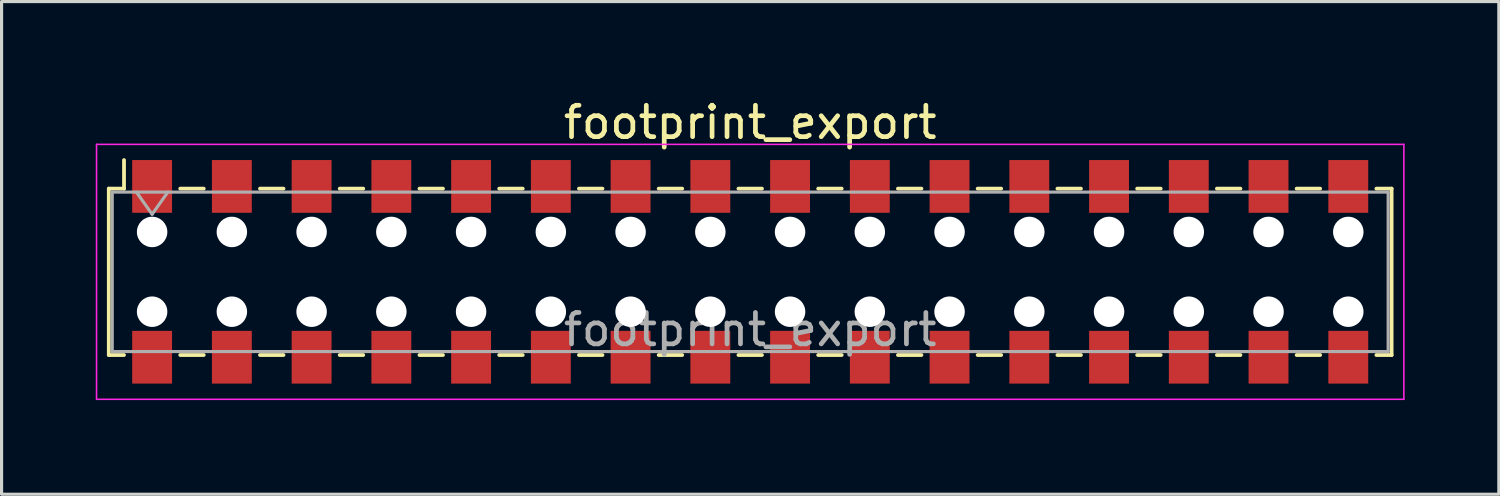
<source format=kicad_pcb>
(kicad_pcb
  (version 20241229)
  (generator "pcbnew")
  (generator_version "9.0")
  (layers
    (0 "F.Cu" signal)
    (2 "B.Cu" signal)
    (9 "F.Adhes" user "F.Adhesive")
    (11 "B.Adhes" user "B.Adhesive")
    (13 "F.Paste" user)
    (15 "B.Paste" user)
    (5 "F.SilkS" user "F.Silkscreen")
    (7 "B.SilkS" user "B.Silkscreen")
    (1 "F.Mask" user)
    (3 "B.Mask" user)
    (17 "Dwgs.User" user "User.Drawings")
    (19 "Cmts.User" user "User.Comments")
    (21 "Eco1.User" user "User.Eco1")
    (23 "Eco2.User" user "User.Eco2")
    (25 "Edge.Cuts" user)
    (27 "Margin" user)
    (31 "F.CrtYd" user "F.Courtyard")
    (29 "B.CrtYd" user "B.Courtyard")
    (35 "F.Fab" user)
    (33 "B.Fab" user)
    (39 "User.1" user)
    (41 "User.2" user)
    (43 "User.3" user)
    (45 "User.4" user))
  (footprint "footprint_export"
    (layer "F.Cu")
    (at 20.845 5.608)
    (property "Reference" "footprint_export" (at 0 -4.76 0) (layer "F.SilkS") (effects (font (size 1 1) (thickness 0.15))))
    (attr smd)
    (fp_line (start -20.43 -2.65) (end -20.43 2.65) (stroke (width 0.12) (type solid)) (layer "F.SilkS"))
    (fp_line (start -20.43 2.65) (end -19.945 2.65) (stroke (width 0.12) (type solid)) (layer "F.SilkS"))
    (fp_line (start -19.945 -3.56) (end -19.945 -2.65) (stroke (width 0.12) (type solid)) (layer "F.SilkS"))
    (fp_line (start -19.945 -2.65) (end -20.43 -2.65) (stroke (width 0.12) (type solid)) (layer "F.SilkS"))
    (fp_line (start -18.155 -2.65) (end -17.405 -2.65) (stroke (width 0.12) (type solid)) (layer "F.SilkS"))
    (fp_line (start -18.155 2.65) (end -17.405 2.65) (stroke (width 0.12) (type solid)) (layer "F.SilkS"))
    (fp_line (start -15.615 -2.65) (end -14.865 -2.65) (stroke (width 0.12) (type solid)) (layer "F.SilkS"))
    (fp_line (start -15.615 2.65) (end -14.865 2.65) (stroke (width 0.12) (type solid)) (layer "F.SilkS"))
    (fp_line (start -13.075 -2.65) (end -12.325 -2.65) (stroke (width 0.12) (type solid)) (layer "F.SilkS"))
    (fp_line (start -13.075 2.65) (end -12.325 2.65) (stroke (width 0.12) (type solid)) (layer "F.SilkS"))
    (fp_line (start -10.535 -2.65) (end -9.785 -2.65) (stroke (width 0.12) (type solid)) (layer "F.SilkS"))
    (fp_line (start -10.535 2.65) (end -9.785 2.65) (stroke (width 0.12) (type solid)) (layer "F.SilkS"))
    (fp_line (start -7.995 -2.65) (end -7.245 -2.65) (stroke (width 0.12) (type solid)) (layer "F.SilkS"))
    (fp_line (start -7.995 2.65) (end -7.245 2.65) (stroke (width 0.12) (type solid)) (layer "F.SilkS"))
    (fp_line (start -5.455 -2.65) (end -4.705 -2.65) (stroke (width 0.12) (type solid)) (layer "F.SilkS"))
    (fp_line (start -5.455 2.65) (end -4.705 2.65) (stroke (width 0.12) (type solid)) (layer "F.SilkS"))
    (fp_line (start -2.915 -2.65) (end -2.165 -2.65) (stroke (width 0.12) (type solid)) (layer "F.SilkS"))
    (fp_line (start -2.915 2.65) (end -2.165 2.65) (stroke (width 0.12) (type solid)) (layer "F.SilkS"))
    (fp_line (start -0.375 -2.65) (end 0.375 -2.65) (stroke (width 0.12) (type solid)) (layer "F.SilkS"))
    (fp_line (start -0.375 2.65) (end 0.375 2.65) (stroke (width 0.12) (type solid)) (layer "F.SilkS"))
    (fp_line (start 2.165 -2.65) (end 2.915 -2.65) (stroke (width 0.12) (type solid)) (layer "F.SilkS"))
    (fp_line (start 2.165 2.65) (end 2.915 2.65) (stroke (width 0.12) (type solid)) (layer "F.SilkS"))
    (fp_line (start 4.705 -2.65) (end 5.455 -2.65) (stroke (width 0.12) (type solid)) (layer "F.SilkS"))
    (fp_line (start 4.705 2.65) (end 5.455 2.65) (stroke (width 0.12) (type solid)) (layer "F.SilkS"))
    (fp_line (start 7.245 -2.65) (end 7.995 -2.65) (stroke (width 0.12) (type solid)) (layer "F.SilkS"))
    (fp_line (start 7.245 2.65) (end 7.995 2.65) (stroke (width 0.12) (type solid)) (layer "F.SilkS"))
    (fp_line (start 9.785 -2.65) (end 10.535 -2.65) (stroke (width 0.12) (type solid)) (layer "F.SilkS"))
    (fp_line (start 9.785 2.65) (end 10.535 2.65) (stroke (width 0.12) (type solid)) (layer "F.SilkS"))
    (fp_line (start 12.325 -2.65) (end 13.075 -2.65) (stroke (width 0.12) (type solid)) (layer "F.SilkS"))
    (fp_line (start 12.325 2.65) (end 13.075 2.65) (stroke (width 0.12) (type solid)) (layer "F.SilkS"))
    (fp_line (start 14.865 -2.65) (end 15.615 -2.65) (stroke (width 0.12) (type solid)) (layer "F.SilkS"))
    (fp_line (start 14.865 2.65) (end 15.615 2.65) (stroke (width 0.12) (type solid)) (layer "F.SilkS"))
    (fp_line (start 17.405 -2.65) (end 18.155 -2.65) (stroke (width 0.12) (type solid)) (layer "F.SilkS"))
    (fp_line (start 17.405 2.65) (end 18.155 2.65) (stroke (width 0.12) (type solid)) (layer "F.SilkS"))
    (fp_line (start 19.945 -2.65) (end 20.43 -2.65) (stroke (width 0.12) (type solid)) (layer "F.SilkS"))
    (fp_line (start 20.43 -2.65) (end 20.43 2.65) (stroke (width 0.12) (type solid)) (layer "F.SilkS"))
    (fp_line (start 20.43 2.65) (end 19.945 2.65) (stroke (width 0.12) (type solid)) (layer "F.SilkS"))
    (fp_line (start -20.82 -4.06) (end 20.82 -4.06) (stroke (width 0.05) (type solid)) (layer "F.CrtYd"))
    (fp_line (start -20.82 4.06) (end -20.82 -4.06) (stroke (width 0.05) (type solid)) (layer "F.CrtYd"))
    (fp_line (start 20.82 -4.06) (end 20.82 4.06) (stroke (width 0.05) (type solid)) (layer "F.CrtYd"))
    (fp_line (start 20.82 4.06) (end -20.82 4.06) (stroke (width 0.05) (type solid)) (layer "F.CrtYd"))
    (fp_line (start -20.32 -2.54) (end 20.32 -2.54) (stroke (width 0.1) (type solid)) (layer "F.Fab"))
    (fp_line (start -20.32 2.54) (end -20.32 -2.54) (stroke (width 0.1) (type solid)) (layer "F.Fab"))
    (fp_line (start -19.55 -2.54) (end -19.05 -1.833) (stroke (width 0.1) (type solid)) (layer "F.Fab"))
    (fp_line (start -19.05 -1.833) (end -18.55 -2.54) (stroke (width 0.1) (type solid)) (layer "F.Fab"))
    (fp_line (start 20.32 -2.54) (end 20.32 2.54) (stroke (width 0.1) (type solid)) (layer "F.Fab"))
    (fp_line (start 20.32 2.54) (end -20.32 2.54) (stroke (width 0.1) (type solid)) (layer "F.Fab"))
    (fp_text user "${REFERENCE}" (at 0 1.84 0) (layer "F.Fab") (effects (font (size 1 1) (thickness 0.15))))
    (pad "" np_thru_hole circle (at -19.05 -1.27) (size 0.97 0.97) (drill 0.97) (layers "*.Cu" "*.Mask"))
    (pad "" np_thru_hole circle (at -19.05 1.27) (size 0.97 0.97) (drill 0.97) (layers "*.Cu" "*.Mask"))
    (pad "" np_thru_hole circle (at -16.51 -1.27) (size 0.97 0.97) (drill 0.97) (layers "*.Cu" "*.Mask"))
    (pad "" np_thru_hole circle (at -16.51 1.27) (size 0.97 0.97) (drill 0.97) (layers "*.Cu" "*.Mask"))
    (pad "" np_thru_hole circle (at -13.97 -1.27) (size 0.97 0.97) (drill 0.97) (layers "*.Cu" "*.Mask"))
    (pad "" np_thru_hole circle (at -13.97 1.27) (size 0.97 0.97) (drill 0.97) (layers "*.Cu" "*.Mask"))
    (pad "" np_thru_hole circle (at -11.43 -1.27) (size 0.97 0.97) (drill 0.97) (layers "*.Cu" "*.Mask"))
    (pad "" np_thru_hole circle (at -11.43 1.27) (size 0.97 0.97) (drill 0.97) (layers "*.Cu" "*.Mask"))
    (pad "" np_thru_hole circle (at -8.89 -1.27) (size 0.97 0.97) (drill 0.97) (layers "*.Cu" "*.Mask"))
    (pad "" np_thru_hole circle (at -8.89 1.27) (size 0.97 0.97) (drill 0.97) (layers "*.Cu" "*.Mask"))
    (pad "" np_thru_hole circle (at -6.35 -1.27) (size 0.97 0.97) (drill 0.97) (layers "*.Cu" "*.Mask"))
    (pad "" np_thru_hole circle (at -6.35 1.27) (size 0.97 0.97) (drill 0.97) (layers "*.Cu" "*.Mask"))
    (pad "" np_thru_hole circle (at -3.81 -1.27) (size 0.97 0.97) (drill 0.97) (layers "*.Cu" "*.Mask"))
    (pad "" np_thru_hole circle (at -3.81 1.27) (size 0.97 0.97) (drill 0.97) (layers "*.Cu" "*.Mask"))
    (pad "" np_thru_hole circle (at -1.27 -1.27) (size 0.97 0.97) (drill 0.97) (layers "*.Cu" "*.Mask"))
    (pad "" np_thru_hole circle (at -1.27 1.27) (size 0.97 0.97) (drill 0.97) (layers "*.Cu" "*.Mask"))
    (pad "" np_thru_hole circle (at 1.27 -1.27) (size 0.97 0.97) (drill 0.97) (layers "*.Cu" "*.Mask"))
    (pad "" np_thru_hole circle (at 1.27 1.27) (size 0.97 0.97) (drill 0.97) (layers "*.Cu" "*.Mask"))
    (pad "" np_thru_hole circle (at 3.81 -1.27) (size 0.97 0.97) (drill 0.97) (layers "*.Cu" "*.Mask"))
    (pad "" np_thru_hole circle (at 3.81 1.27) (size 0.97 0.97) (drill 0.97) (layers "*.Cu" "*.Mask"))
    (pad "" np_thru_hole circle (at 6.35 -1.27) (size 0.97 0.97) (drill 0.97) (layers "*.Cu" "*.Mask"))
    (pad "" np_thru_hole circle (at 6.35 1.27) (size 0.97 0.97) (drill 0.97) (layers "*.Cu" "*.Mask"))
    (pad "" np_thru_hole circle (at 8.89 -1.27) (size 0.97 0.97) (drill 0.97) (layers "*.Cu" "*.Mask"))
    (pad "" np_thru_hole circle (at 8.89 1.27) (size 0.97 0.97) (drill 0.97) (layers "*.Cu" "*.Mask"))
    (pad "" np_thru_hole circle (at 11.43 -1.27) (size 0.97 0.97) (drill 0.97) (layers "*.Cu" "*.Mask"))
    (pad "" np_thru_hole circle (at 11.43 1.27) (size 0.97 0.97) (drill 0.97) (layers "*.Cu" "*.Mask"))
    (pad "" np_thru_hole circle (at 13.97 -1.27) (size 0.97 0.97) (drill 0.97) (layers "*.Cu" "*.Mask"))
    (pad "" np_thru_hole circle (at 13.97 1.27) (size 0.97 0.97) (drill 0.97) (layers "*.Cu" "*.Mask"))
    (pad "" np_thru_hole circle (at 16.51 -1.27) (size 0.97 0.97) (drill 0.97) (layers "*.Cu" "*.Mask"))
    (pad "" np_thru_hole circle (at 16.51 1.27) (size 0.97 0.97) (drill 0.97) (layers "*.Cu" "*.Mask"))
    (pad "" np_thru_hole circle (at 19.05 -1.27) (size 0.97 0.97) (drill 0.97) (layers "*.Cu" "*.Mask"))
    (pad "" np_thru_hole circle (at 19.05 1.27) (size 0.97 0.97) (drill 0.97) (layers "*.Cu" "*.Mask"))
    (pad "1" smd rect (at -19.05 -2.72) (size 1.27 1.68) (layers "F.Cu" "F.Mask" "F.Paste"))
    (pad "2" smd rect (at -19.05 2.72) (size 1.27 1.68) (layers "F.Cu" "F.Mask" "F.Paste"))
    (pad "3" smd rect (at -16.51 -2.72) (size 1.27 1.68) (layers "F.Cu" "F.Mask" "F.Paste"))
    (pad "4" smd rect (at -16.51 2.72) (size 1.27 1.68) (layers "F.Cu" "F.Mask" "F.Paste"))
    (pad "5" smd rect (at -13.97 -2.72) (size 1.27 1.68) (layers "F.Cu" "F.Mask" "F.Paste"))
    (pad "6" smd rect (at -13.97 2.72) (size 1.27 1.68) (layers "F.Cu" "F.Mask" "F.Paste"))
    (pad "7" smd rect (at -11.43 -2.72) (size 1.27 1.68) (layers "F.Cu" "F.Mask" "F.Paste"))
    (pad "8" smd rect (at -11.43 2.72) (size 1.27 1.68) (layers "F.Cu" "F.Mask" "F.Paste"))
    (pad "9" smd rect (at -8.89 -2.72) (size 1.27 1.68) (layers "F.Cu" "F.Mask" "F.Paste"))
    (pad "10" smd rect (at -8.89 2.72) (size 1.27 1.68) (layers "F.Cu" "F.Mask" "F.Paste"))
    (pad "11" smd rect (at -6.35 -2.72) (size 1.27 1.68) (layers "F.Cu" "F.Mask" "F.Paste"))
    (pad "12" smd rect (at -6.35 2.72) (size 1.27 1.68) (layers "F.Cu" "F.Mask" "F.Paste"))
    (pad "13" smd rect (at -3.81 -2.72) (size 1.27 1.68) (layers "F.Cu" "F.Mask" "F.Paste"))
    (pad "14" smd rect (at -3.81 2.72) (size 1.27 1.68) (layers "F.Cu" "F.Mask" "F.Paste"))
    (pad "15" smd rect (at -1.27 -2.72) (size 1.27 1.68) (layers "F.Cu" "F.Mask" "F.Paste"))
    (pad "16" smd rect (at -1.27 2.72) (size 1.27 1.68) (layers "F.Cu" "F.Mask" "F.Paste"))
    (pad "17" smd rect (at 1.27 -2.72) (size 1.27 1.68) (layers "F.Cu" "F.Mask" "F.Paste"))
    (pad "18" smd rect (at 1.27 2.72) (size 1.27 1.68) (layers "F.Cu" "F.Mask" "F.Paste"))
    (pad "19" smd rect (at 3.81 -2.72) (size 1.27 1.68) (layers "F.Cu" "F.Mask" "F.Paste"))
    (pad "20" smd rect (at 3.81 2.72) (size 1.27 1.68) (layers "F.Cu" "F.Mask" "F.Paste"))
    (pad "21" smd rect (at 6.35 -2.72) (size 1.27 1.68) (layers "F.Cu" "F.Mask" "F.Paste"))
    (pad "22" smd rect (at 6.35 2.72) (size 1.27 1.68) (layers "F.Cu" "F.Mask" "F.Paste"))
    (pad "23" smd rect (at 8.89 -2.72) (size 1.27 1.68) (layers "F.Cu" "F.Mask" "F.Paste"))
    (pad "24" smd rect (at 8.89 2.72) (size 1.27 1.68) (layers "F.Cu" "F.Mask" "F.Paste"))
    (pad "25" smd rect (at 11.43 -2.72) (size 1.27 1.68) (layers "F.Cu" "F.Mask" "F.Paste"))
    (pad "26" smd rect (at 11.43 2.72) (size 1.27 1.68) (layers "F.Cu" "F.Mask" "F.Paste"))
    (pad "27" smd rect (at 13.97 -2.72) (size 1.27 1.68) (layers "F.Cu" "F.Mask" "F.Paste"))
    (pad "28" smd rect (at 13.97 2.72) (size 1.27 1.68) (layers "F.Cu" "F.Mask" "F.Paste"))
    (pad "29" smd rect (at 16.51 -2.72) (size 1.27 1.68) (layers "F.Cu" "F.Mask" "F.Paste"))
    (pad "30" smd rect (at 16.51 2.72) (size 1.27 1.68) (layers "F.Cu" "F.Mask" "F.Paste"))
    (pad "31" smd rect (at 19.05 -2.72) (size 1.27 1.68) (layers "F.Cu" "F.Mask" "F.Paste"))
    (pad "32" smd rect (at 19.05 2.72) (size 1.27 1.68) (layers "F.Cu" "F.Mask" "F.Paste")))
  (gr_rect
    (start -3 -3)
    (end 44.69 12.693)
    (stroke (width 0.1) (type default))
    (fill no)
    (layer "Edge.Cuts")))
</source>
